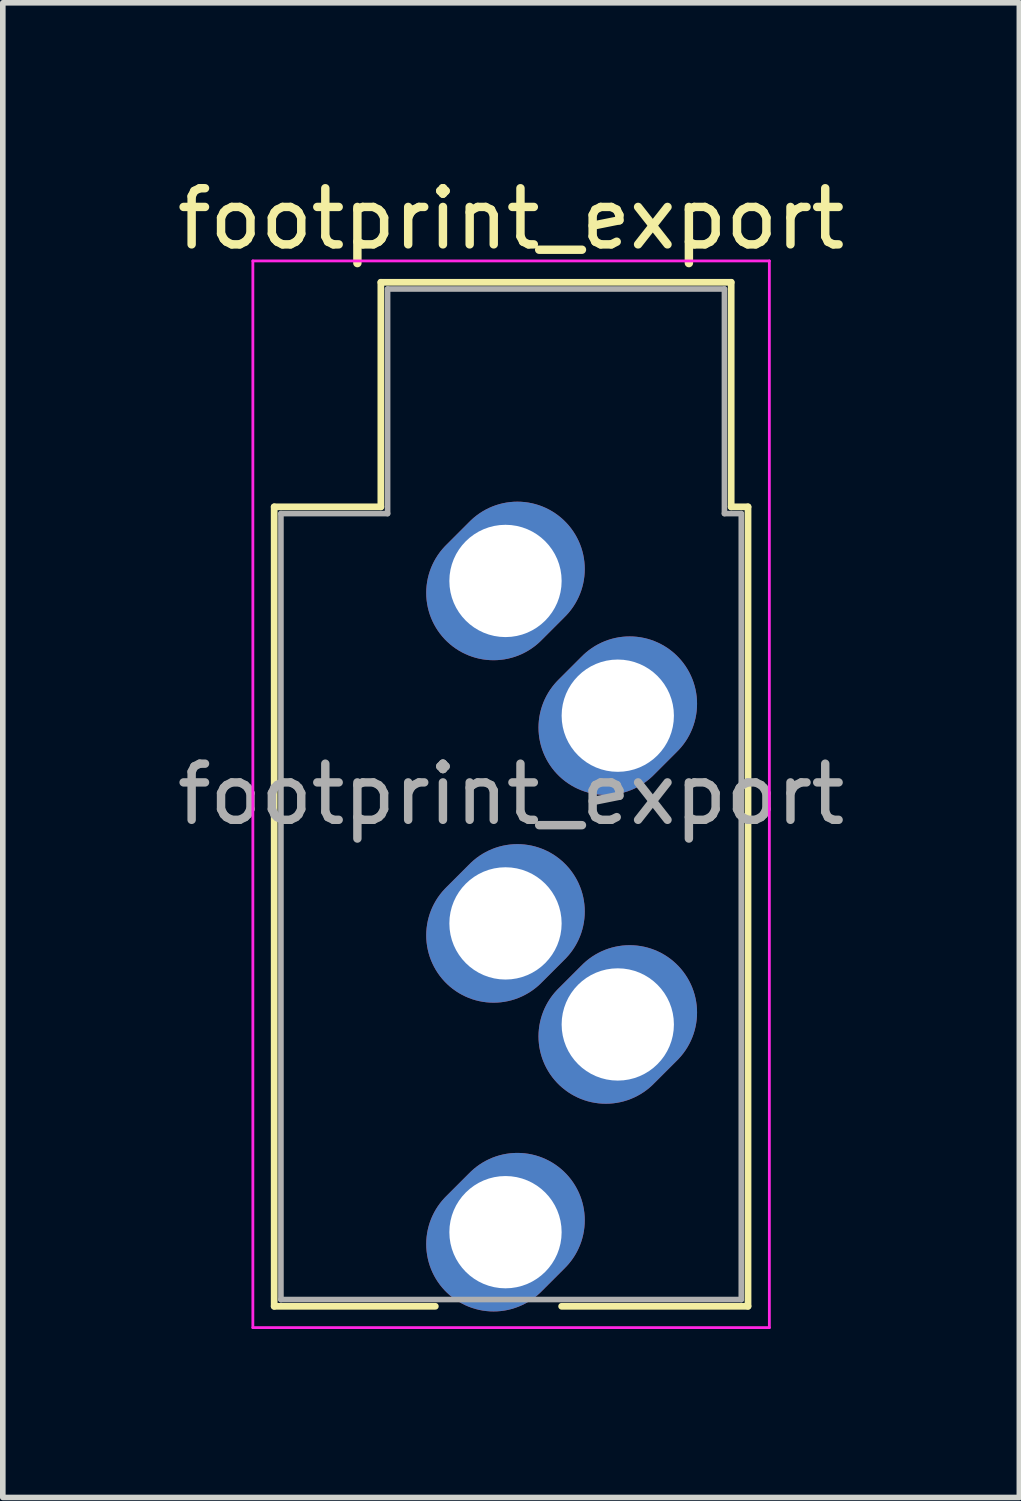
<source format=kicad_pcb>
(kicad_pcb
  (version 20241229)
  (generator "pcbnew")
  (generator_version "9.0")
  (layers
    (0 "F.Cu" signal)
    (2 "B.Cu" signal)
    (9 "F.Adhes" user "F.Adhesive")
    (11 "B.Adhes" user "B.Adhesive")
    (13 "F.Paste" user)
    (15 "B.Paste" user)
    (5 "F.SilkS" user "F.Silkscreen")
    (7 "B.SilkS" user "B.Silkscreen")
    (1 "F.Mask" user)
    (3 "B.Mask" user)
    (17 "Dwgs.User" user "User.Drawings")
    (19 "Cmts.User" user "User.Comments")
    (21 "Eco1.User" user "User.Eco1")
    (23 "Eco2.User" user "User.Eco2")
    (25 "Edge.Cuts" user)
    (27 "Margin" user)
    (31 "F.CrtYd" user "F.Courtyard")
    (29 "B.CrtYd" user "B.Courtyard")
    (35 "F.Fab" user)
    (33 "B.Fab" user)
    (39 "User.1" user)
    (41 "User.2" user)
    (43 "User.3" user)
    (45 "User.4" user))
  (footprint "footprint_export"
    (layer "F.Cu")
    (at 5.954 7.298)
    (property "Reference" "footprint_export" (at 0.1 -6.45 0) (layer "F.SilkS") (effects (font (size 1 1) (thickness 0.15))))
    (attr through_hole)
    (fp_line (start -4.12 -1.32) (end -2.22 -1.32) (stroke (width 0.12) (type solid)) (layer "F.SilkS"))
    (fp_line (start -4.12 12.92) (end -4.12 -1.32) (stroke (width 0.12) (type solid)) (layer "F.SilkS"))
    (fp_line (start -2.22 -5.32) (end 4.02 -5.32) (stroke (width 0.12) (type solid)) (layer "F.SilkS"))
    (fp_line (start -2.22 -1.32) (end -2.22 -5.32) (stroke (width 0.12) (type solid)) (layer "F.SilkS"))
    (fp_line (start -1.25 12.92) (end -4.12 12.92) (stroke (width 0.12) (type solid)) (layer "F.SilkS"))
    (fp_line (start 4.02 -5.32) (end 4.02 -1.32) (stroke (width 0.12) (type solid)) (layer "F.SilkS"))
    (fp_line (start 4.02 -1.32) (end 4.32 -1.32) (stroke (width 0.12) (type solid)) (layer "F.SilkS"))
    (fp_line (start 4.32 -1.32) (end 4.32 12.92) (stroke (width 0.12) (type solid)) (layer "F.SilkS"))
    (fp_line (start 4.32 12.92) (end 1 12.92) (stroke (width 0.12) (type solid)) (layer "F.SilkS"))
    (fp_line (start -4.5 -5.7) (end -4.5 13.3) (stroke (width 0.05) (type solid)) (layer "F.CrtYd"))
    (fp_line (start -4.5 13.3) (end 4.7 13.3) (stroke (width 0.05) (type solid)) (layer "F.CrtYd"))
    (fp_line (start 4.7 -5.7) (end -4.5 -5.7) (stroke (width 0.05) (type solid)) (layer "F.CrtYd"))
    (fp_line (start 4.7 13.3) (end 4.7 -5.7) (stroke (width 0.05) (type solid)) (layer "F.CrtYd"))
    (fp_line (start -4 -1.2) (end -2.1 -1.2) (stroke (width 0.1) (type solid)) (layer "F.Fab"))
    (fp_line (start -4 12.8) (end -4 -1.2) (stroke (width 0.1) (type solid)) (layer "F.Fab"))
    (fp_line (start -2.1 -5.2) (end 3.9 -5.2) (stroke (width 0.1) (type solid)) (layer "F.Fab"))
    (fp_line (start -2.1 -1.2) (end -2.1 -5.2) (stroke (width 0.1) (type solid)) (layer "F.Fab"))
    (fp_line (start 3.9 -5.2) (end 3.9 -1.2) (stroke (width 0.1) (type solid)) (layer "F.Fab"))
    (fp_line (start 3.9 -1.2) (end 4.2 -1.2) (stroke (width 0.1) (type solid)) (layer "F.Fab"))
    (fp_line (start 4.2 -1.2) (end 4.2 12.8) (stroke (width 0.1) (type solid)) (layer "F.Fab"))
    (fp_line (start 4.2 12.8) (end -4 12.8) (stroke (width 0.1) (type solid)) (layer "F.Fab"))
    (fp_text user "${REFERENCE}" (at 0.1 3.8 0) (layer "F.Fab") (effects (font (size 1 1) (thickness 0.15))))
    (pad "R" thru_hole oval (at 2 7.9 45) (size 3 2.4) (drill 2) (layers "*.Cu" "*.Mask"))
    (pad "RN" thru_hole oval (at 0 6.1 45) (size 3 2.4) (drill 2) (layers "*.Cu" "*.Mask"))
    (pad "S" thru_hole oval (at 0 0 45) (size 3 2.4) (drill 2) (layers "*.Cu" "*.Mask"))
    (pad "T" thru_hole oval (at 2 2.4 45) (size 3 2.4) (drill 2) (layers "*.Cu" "*.Mask"))
    (pad "TN" thru_hole oval (at 0 11.6 45) (size 3 2.4) (drill 2) (layers "*.Cu" "*.Mask")))
  (gr_rect
    (start -3 -3)
    (end 15.107 23.623)
    (stroke (width 0.1) (type default))
    (fill no)
    (layer "Edge.Cuts")))
</source>
